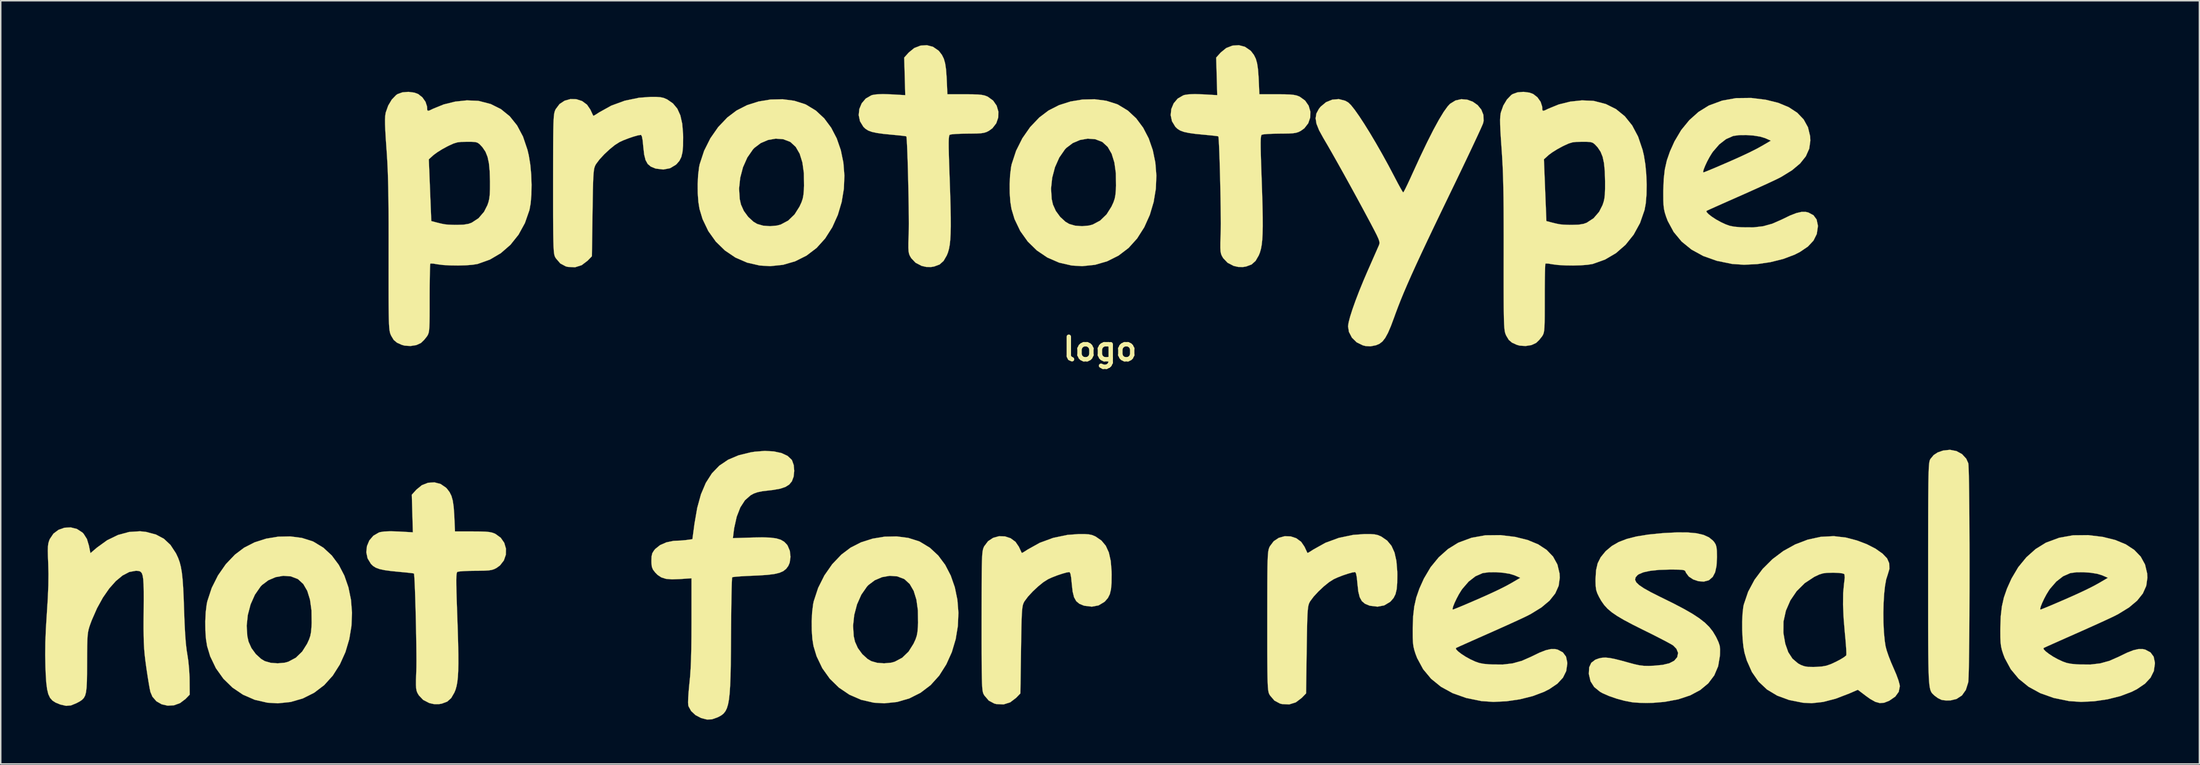
<source format=kicad_pcb>
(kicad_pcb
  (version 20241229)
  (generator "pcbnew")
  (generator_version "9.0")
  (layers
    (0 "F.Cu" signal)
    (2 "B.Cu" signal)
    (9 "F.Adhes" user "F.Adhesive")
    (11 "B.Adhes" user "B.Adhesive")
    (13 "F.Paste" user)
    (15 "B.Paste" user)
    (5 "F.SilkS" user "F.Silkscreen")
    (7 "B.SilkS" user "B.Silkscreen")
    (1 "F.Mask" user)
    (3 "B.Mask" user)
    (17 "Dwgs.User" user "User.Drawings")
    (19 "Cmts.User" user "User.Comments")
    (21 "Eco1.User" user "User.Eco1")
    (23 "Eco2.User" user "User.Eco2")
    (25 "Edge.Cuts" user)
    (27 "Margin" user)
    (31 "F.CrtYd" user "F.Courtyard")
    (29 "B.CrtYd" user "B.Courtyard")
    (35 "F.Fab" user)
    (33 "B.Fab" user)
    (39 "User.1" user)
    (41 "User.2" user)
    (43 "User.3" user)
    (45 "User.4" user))
  (footprint "logo"
    (layer "F.Cu")
    (at 71.28 20.545)
    (property "Reference" "logo" (at 0 0 0) (layer "F.SilkS") (effects (font (size 1.524 1.524) (thickness 0.3))))
    (attr through_hole)
    (fp_poly (pts (xy 57.877 6.893) (xy 58.256 7.1) (xy 58.541 7.411) (xy 58.676 7.71) (xy 58.691 7.847) (xy 58.704 8.138) (xy 58.716 8.567) (xy 58.727 9.119) (xy 58.736 9.779) (xy 58.743 10.532) (xy 58.75 11.361) (xy 58.754 12.251) (xy 58.758 13.188) (xy 58.76 14.155) (xy 58.76 15.138) (xy 58.759 16.12) (xy 58.756 17.087) (xy 58.753 18.023) (xy 58.747 18.912) (xy 58.74 19.74) (xy 58.732 20.49) (xy 58.723 21.148) (xy 58.712 21.697) (xy 58.699 22.124) (xy 58.685 22.411) (xy 58.673 22.531) (xy 58.514 23.037) (xy 58.251 23.41) (xy 57.886 23.649) (xy 57.489 23.746) (xy 57.193 23.753) (xy 56.923 23.723) (xy 56.864 23.708) (xy 56.622 23.591) (xy 56.411 23.436) (xy 56.335 23.367) (xy 56.269 23.304) (xy 56.21 23.236) (xy 56.16 23.152) (xy 56.117 23.042) (xy 56.081 22.895) (xy 56.051 22.7) (xy 56.027 22.447) (xy 56.007 22.125) (xy 55.993 21.723) (xy 55.982 21.231) (xy 55.974 20.638) (xy 55.969 19.934) (xy 55.966 19.107) (xy 55.965 18.147) (xy 55.965 17.044) (xy 55.965 15.786) (xy 55.965 15.223) (xy 55.965 13.917) (xy 55.966 12.77) (xy 55.967 11.772) (xy 55.969 10.91) (xy 55.972 10.175) (xy 55.977 9.556) (xy 55.982 9.043) (xy 55.99 8.624) (xy 55.999 8.29) (xy 56.01 8.029) (xy 56.024 7.83) (xy 56.04 7.684) (xy 56.059 7.579) (xy 56.081 7.505) (xy 56.106 7.451) (xy 56.122 7.425) (xy 56.339 7.163) (xy 56.609 6.986) (xy 56.972 6.86) (xy 57.439 6.808) (xy 57.877 6.893)) (stroke (width 0.01) (type solid)) (fill yes) (layer "F.SilkS"))
    (fp_poly (pts (xy -53.932 12.763) (xy -53.22 12.988) (xy -53.128 13.03) (xy -52.472 13.429) (xy -51.907 13.954) (xy -51.436 14.586) (xy -51.061 15.308) (xy -50.786 16.1) (xy -50.612 16.945) (xy -50.543 17.824) (xy -50.58 18.718) (xy -50.728 19.61) (xy -50.987 20.481) (xy -51.361 21.312) (xy -51.843 22.072) (xy -52.422 22.714) (xy -53.102 23.231) (xy -53.865 23.614) (xy -54.689 23.854) (xy -55.555 23.944) (xy -56.261 23.902) (xy -57.118 23.706) (xy -57.908 23.362) (xy -58.618 22.883) (xy -59.234 22.282) (xy -59.741 21.571) (xy -60.128 20.764) (xy -60.335 20.077) (xy -60.412 19.596) (xy -60.453 19.014) (xy -60.456 18.702) (xy -57.661 18.702) (xy -57.617 19.403) (xy -57.533 19.779) (xy -57.339 20.211) (xy -57.041 20.618) (xy -56.684 20.944) (xy -56.435 21.092) (xy -56.037 21.206) (xy -55.564 21.242) (xy -55.097 21.199) (xy -54.849 21.133) (xy -54.341 20.863) (xy -53.91 20.446) (xy -53.577 19.918) (xy -53.445 19.631) (xy -53.36 19.383) (xy -53.31 19.116) (xy -53.281 18.772) (xy -53.27 18.505) (xy -53.281 17.663) (xy -53.381 16.94) (xy -53.566 16.343) (xy -53.834 15.881) (xy -54.182 15.56) (xy -54.222 15.536) (xy -54.677 15.363) (xy -55.183 15.325) (xy -55.701 15.415) (xy -56.194 15.625) (xy -56.623 15.947) (xy -56.723 16.053) (xy -57.105 16.604) (xy -57.396 17.259) (xy -57.584 17.973) (xy -57.661 18.702) (xy -60.456 18.702) (xy -60.458 18.389) (xy -60.428 17.781) (xy -60.363 17.251) (xy -60.32 17.045) (xy -60.023 16.143) (xy -59.6 15.3) (xy -59.071 14.54) (xy -58.452 13.891) (xy -57.831 13.422) (xy -57.127 13.063) (xy -56.348 12.814) (xy -55.532 12.679) (xy -54.714 12.662) (xy -53.932 12.763)) (stroke (width 0.01) (type solid)) (fill yes) (layer "F.SilkS"))
    (fp_poly (pts (xy -20.658 -16.785) (xy -19.946 -16.56) (xy -19.854 -16.519) (xy -19.198 -16.12) (xy -18.633 -15.595) (xy -18.162 -14.962) (xy -17.787 -14.241) (xy -17.512 -13.448) (xy -17.338 -12.604) (xy -17.269 -11.725) (xy -17.306 -10.83) (xy -17.454 -9.938) (xy -17.713 -9.068) (xy -18.087 -8.236) (xy -18.569 -7.477) (xy -19.148 -6.835) (xy -19.828 -6.318) (xy -20.591 -5.935) (xy -21.415 -5.695) (xy -22.281 -5.605) (xy -22.987 -5.647) (xy -23.844 -5.843) (xy -24.634 -6.186) (xy -25.344 -6.665) (xy -25.96 -7.267) (xy -26.467 -7.977) (xy -26.854 -8.785) (xy -27.061 -9.472) (xy -27.138 -9.952) (xy -27.179 -10.535) (xy -27.182 -10.846) (xy -24.387 -10.846) (xy -24.343 -10.145) (xy -24.259 -9.77) (xy -24.065 -9.337) (xy -23.767 -8.931) (xy -23.41 -8.604) (xy -23.161 -8.457) (xy -22.763 -8.343) (xy -22.29 -8.306) (xy -21.823 -8.35) (xy -21.575 -8.416) (xy -21.067 -8.686) (xy -20.636 -9.103) (xy -20.303 -9.631) (xy -20.171 -9.917) (xy -20.086 -10.165) (xy -20.036 -10.433) (xy -20.007 -10.777) (xy -19.996 -11.044) (xy -20.007 -11.886) (xy -20.107 -12.609) (xy -20.292 -13.205) (xy -20.56 -13.668) (xy -20.908 -13.988) (xy -20.948 -14.012) (xy -21.403 -14.186) (xy -21.909 -14.224) (xy -22.427 -14.134) (xy -22.92 -13.924) (xy -23.349 -13.601) (xy -23.449 -13.496) (xy -23.831 -12.945) (xy -24.122 -12.29) (xy -24.31 -11.576) (xy -24.387 -10.846) (xy -27.182 -10.846) (xy -27.184 -11.16) (xy -27.154 -11.767) (xy -27.089 -12.297) (xy -27.046 -12.503) (xy -26.749 -13.405) (xy -26.326 -14.249) (xy -25.797 -15.008) (xy -25.178 -15.657) (xy -24.557 -16.127) (xy -23.853 -16.486) (xy -23.074 -16.734) (xy -22.258 -16.869) (xy -21.44 -16.887) (xy -20.658 -16.785)) (stroke (width 0.01) (type solid)) (fill yes) (layer "F.SilkS"))
    (fp_poly (pts (xy -12.953 12.763) (xy -12.242 12.988) (xy -12.15 13.03) (xy -11.493 13.429) (xy -10.928 13.954) (xy -10.457 14.586) (xy -10.083 15.308) (xy -9.807 16.1) (xy -9.633 16.945) (xy -9.564 17.824) (xy -9.602 18.718) (xy -9.749 19.61) (xy -10.008 20.481) (xy -10.383 21.312) (xy -10.864 22.072) (xy -11.443 22.714) (xy -12.124 23.231) (xy -12.886 23.614) (xy -13.71 23.854) (xy -14.576 23.944) (xy -15.282 23.902) (xy -16.139 23.706) (xy -16.93 23.362) (xy -17.639 22.883) (xy -18.255 22.282) (xy -18.763 21.571) (xy -19.149 20.764) (xy -19.357 20.077) (xy -19.434 19.596) (xy -19.474 19.014) (xy -19.477 18.702) (xy -16.683 18.702) (xy -16.639 19.403) (xy -16.554 19.779) (xy -16.36 20.211) (xy -16.062 20.618) (xy -15.705 20.944) (xy -15.456 21.092) (xy -15.058 21.206) (xy -14.586 21.242) (xy -14.118 21.199) (xy -13.871 21.133) (xy -13.362 20.863) (xy -12.931 20.446) (xy -12.599 19.918) (xy -12.466 19.631) (xy -12.381 19.383) (xy -12.331 19.116) (xy -12.303 18.772) (xy -12.291 18.505) (xy -12.303 17.663) (xy -12.402 16.94) (xy -12.587 16.343) (xy -12.855 15.881) (xy -13.203 15.56) (xy -13.243 15.536) (xy -13.698 15.363) (xy -14.204 15.325) (xy -14.723 15.415) (xy -15.216 15.625) (xy -15.644 15.947) (xy -15.744 16.053) (xy -16.127 16.604) (xy -16.417 17.259) (xy -16.605 17.973) (xy -16.683 18.702) (xy -19.477 18.702) (xy -19.48 18.389) (xy -19.449 17.781) (xy -19.384 17.251) (xy -19.341 17.045) (xy -19.044 16.143) (xy -18.622 15.3) (xy -18.092 14.54) (xy -17.473 13.891) (xy -16.853 13.422) (xy -16.148 13.063) (xy -15.369 12.814) (xy -14.553 12.679) (xy -13.736 12.662) (xy -12.953 12.763)) (stroke (width 0.01) (type solid)) (fill yes) (layer "F.SilkS"))
    (fp_poly (pts (xy 0.424 -16.785) (xy 1.136 -16.56) (xy 1.228 -16.519) (xy 1.884 -16.12) (xy 2.449 -15.595) (xy 2.92 -14.962) (xy 3.295 -14.241) (xy 3.57 -13.448) (xy 3.744 -12.604) (xy 3.813 -11.725) (xy 3.776 -10.83) (xy 3.628 -9.938) (xy 3.369 -9.068) (xy 2.995 -8.236) (xy 2.513 -7.477) (xy 1.934 -6.835) (xy 1.254 -6.318) (xy 0.491 -5.935) (xy -0.333 -5.695) (xy -1.199 -5.605) (xy -1.905 -5.647) (xy -2.762 -5.843) (xy -3.552 -6.186) (xy -4.262 -6.665) (xy -4.878 -7.267) (xy -5.385 -7.977) (xy -5.772 -8.785) (xy -5.979 -9.472) (xy -6.056 -9.952) (xy -6.097 -10.535) (xy -6.1 -10.846) (xy -3.305 -10.846) (xy -3.261 -10.145) (xy -3.177 -9.77) (xy -2.983 -9.337) (xy -2.685 -8.931) (xy -2.328 -8.604) (xy -2.079 -8.457) (xy -1.681 -8.343) (xy -1.208 -8.306) (xy -0.741 -8.35) (xy -0.493 -8.416) (xy 0.015 -8.686) (xy 0.446 -9.103) (xy 0.779 -9.631) (xy 0.911 -9.917) (xy 0.996 -10.165) (xy 1.046 -10.433) (xy 1.075 -10.777) (xy 1.086 -11.044) (xy 1.075 -11.886) (xy 0.975 -12.609) (xy 0.79 -13.205) (xy 0.522 -13.668) (xy 0.174 -13.988) (xy 0.134 -14.012) (xy -0.321 -14.186) (xy -0.827 -14.224) (xy -1.345 -14.134) (xy -1.838 -13.924) (xy -2.267 -13.601) (xy -2.367 -13.496) (xy -2.749 -12.945) (xy -3.04 -12.29) (xy -3.228 -11.576) (xy -3.305 -10.846) (xy -6.1 -10.846) (xy -6.102 -11.16) (xy -6.072 -11.767) (xy -6.007 -12.297) (xy -5.964 -12.503) (xy -5.667 -13.405) (xy -5.244 -14.249) (xy -4.715 -15.008) (xy -4.096 -15.657) (xy -3.475 -16.127) (xy -2.771 -16.486) (xy -1.992 -16.734) (xy -1.176 -16.869) (xy -0.358 -16.887) (xy 0.424 -16.785)) (stroke (width 0.01) (type solid)) (fill yes) (layer "F.SilkS"))
    (fp_poly (pts (xy -29.703 -17.025) (xy -29.486 -16.978) (xy -29.289 -16.896) (xy -29.236 -16.869) (xy -28.853 -16.603) (xy -28.561 -16.252) (xy -28.355 -15.799) (xy -28.227 -15.226) (xy -28.169 -14.517) (xy -28.165 -14.309) (xy -28.172 -13.741) (xy -28.21 -13.31) (xy -28.289 -12.982) (xy -28.417 -12.726) (xy -28.603 -12.51) (xy -28.661 -12.456) (xy -29.048 -12.225) (xy -29.505 -12.137) (xy -30.004 -12.198) (xy -30.056 -12.213) (xy -30.349 -12.334) (xy -30.561 -12.512) (xy -30.707 -12.776) (xy -30.801 -13.152) (xy -30.859 -13.669) (xy -30.859 -13.671) (xy -30.901 -14.101) (xy -30.951 -14.367) (xy -31.01 -14.475) (xy -31.023 -14.478) (xy -31.218 -14.446) (xy -31.515 -14.363) (xy -31.862 -14.245) (xy -32.205 -14.112) (xy -32.467 -13.992) (xy -32.778 -13.794) (xy -33.136 -13.504) (xy -33.497 -13.166) (xy -33.816 -12.821) (xy -34.047 -12.513) (xy -34.087 -12.446) (xy -34.13 -12.354) (xy -34.166 -12.243) (xy -34.194 -12.095) (xy -34.217 -11.891) (xy -34.236 -11.613) (xy -34.251 -11.243) (xy -34.264 -10.762) (xy -34.275 -10.152) (xy -34.287 -9.394) (xy -34.29 -9.212) (xy -34.332 -6.274) (xy -34.625 -5.973) (xy -35.023 -5.671) (xy -35.469 -5.53) (xy -35.955 -5.554) (xy -36.098 -5.59) (xy -36.469 -5.788) (xy -36.768 -6.137) (xy -36.818 -6.223) (xy -36.848 -6.291) (xy -36.873 -6.387) (xy -36.895 -6.523) (xy -36.912 -6.714) (xy -36.926 -6.972) (xy -36.936 -7.312) (xy -36.944 -7.747) (xy -36.949 -8.29) (xy -36.953 -8.956) (xy -36.954 -9.759) (xy -36.954 -10.711) (xy -36.954 -11.178) (xy -36.953 -12.19) (xy -36.952 -13.047) (xy -36.95 -13.763) (xy -36.946 -14.352) (xy -36.94 -14.828) (xy -36.931 -15.205) (xy -36.919 -15.497) (xy -36.904 -15.718) (xy -36.885 -15.883) (xy -36.861 -16.005) (xy -36.832 -16.099) (xy -36.798 -16.179) (xy -36.78 -16.215) (xy -36.52 -16.562) (xy -36.176 -16.789) (xy -35.784 -16.898) (xy -35.377 -16.889) (xy -34.992 -16.763) (xy -34.662 -16.519) (xy -34.437 -16.189) (xy -34.33 -15.959) (xy -34.257 -15.803) (xy -34.238 -15.765) (xy -34.168 -15.794) (xy -34 -15.895) (xy -33.841 -16) (xy -33.023 -16.455) (xy -32.114 -16.788) (xy -31.15 -16.988) (xy -30.395 -17.044) (xy -29.989 -17.045) (xy -29.703 -17.025)) (stroke (width 0.01) (type solid)) (fill yes) (layer "F.SilkS"))
    (fp_poly (pts (xy -0.747 12.524) (xy -0.53 12.571) (xy -0.333 12.652) (xy -0.28 12.68) (xy 0.103 12.945) (xy 0.395 13.297) (xy 0.601 13.75) (xy 0.729 14.322) (xy 0.787 15.031) (xy 0.791 15.24) (xy 0.784 15.807) (xy 0.746 16.239) (xy 0.667 16.567) (xy 0.539 16.823) (xy 0.353 17.039) (xy 0.295 17.093) (xy -0.092 17.324) (xy -0.549 17.411) (xy -1.048 17.35) (xy -1.1 17.336) (xy -1.393 17.215) (xy -1.605 17.037) (xy -1.751 16.773) (xy -1.845 16.396) (xy -1.903 15.879) (xy -1.903 15.878) (xy -1.945 15.447) (xy -1.995 15.181) (xy -2.054 15.074) (xy -2.067 15.071) (xy -2.262 15.102) (xy -2.559 15.186) (xy -2.906 15.303) (xy -3.249 15.437) (xy -3.511 15.557) (xy -3.822 15.755) (xy -4.18 16.044) (xy -4.541 16.383) (xy -4.86 16.728) (xy -5.091 17.036) (xy -5.131 17.103) (xy -5.174 17.195) (xy -5.21 17.305) (xy -5.238 17.453) (xy -5.261 17.657) (xy -5.28 17.936) (xy -5.295 18.306) (xy -5.308 18.787) (xy -5.319 19.397) (xy -5.331 20.154) (xy -5.334 20.337) (xy -5.376 23.274) (xy -5.669 23.576) (xy -6.067 23.878) (xy -6.513 24.018) (xy -6.999 23.995) (xy -7.142 23.958) (xy -7.513 23.761) (xy -7.812 23.412) (xy -7.862 23.326) (xy -7.892 23.257) (xy -7.917 23.162) (xy -7.939 23.025) (xy -7.956 22.835) (xy -7.97 22.577) (xy -7.98 22.237) (xy -7.988 21.802) (xy -7.993 21.258) (xy -7.997 20.592) (xy -7.998 19.79) (xy -7.998 18.838) (xy -7.998 18.371) (xy -7.997 17.359) (xy -7.996 16.502) (xy -7.994 15.786) (xy -7.99 15.197) (xy -7.984 14.721) (xy -7.975 14.344) (xy -7.963 14.052) (xy -7.948 13.83) (xy -7.929 13.666) (xy -7.905 13.543) (xy -7.876 13.449) (xy -7.842 13.37) (xy -7.824 13.333) (xy -7.564 12.987) (xy -7.22 12.759) (xy -6.828 12.65) (xy -6.421 12.659) (xy -6.036 12.786) (xy -5.706 13.03) (xy -5.481 13.36) (xy -5.374 13.589) (xy -5.301 13.745) (xy -5.282 13.783) (xy -5.212 13.754) (xy -5.044 13.653) (xy -4.885 13.549) (xy -4.067 13.093) (xy -3.158 12.76) (xy -2.194 12.56) (xy -1.439 12.504) (xy -1.033 12.504) (xy -0.747 12.524)) (stroke (width 0.01) (type solid)) (fill yes) (layer "F.SilkS"))
    (fp_poly (pts (xy 18.557 12.524) (xy 18.774 12.571) (xy 18.971 12.652) (xy 19.024 12.68) (xy 19.407 12.945) (xy 19.699 13.297) (xy 19.905 13.75) (xy 20.033 14.322) (xy 20.091 15.031) (xy 20.095 15.24) (xy 20.088 15.807) (xy 20.05 16.239) (xy 19.971 16.567) (xy 19.843 16.823) (xy 19.657 17.039) (xy 19.599 17.093) (xy 19.212 17.324) (xy 18.755 17.411) (xy 18.256 17.35) (xy 18.204 17.336) (xy 17.911 17.215) (xy 17.699 17.037) (xy 17.553 16.773) (xy 17.459 16.396) (xy 17.401 15.879) (xy 17.401 15.878) (xy 17.359 15.447) (xy 17.309 15.181) (xy 17.25 15.074) (xy 17.237 15.071) (xy 17.042 15.102) (xy 16.745 15.186) (xy 16.398 15.303) (xy 16.055 15.437) (xy 15.793 15.557) (xy 15.482 15.755) (xy 15.124 16.044) (xy 14.763 16.383) (xy 14.444 16.728) (xy 14.213 17.036) (xy 14.173 17.103) (xy 14.13 17.195) (xy 14.094 17.305) (xy 14.066 17.453) (xy 14.043 17.657) (xy 14.024 17.936) (xy 14.009 18.306) (xy 13.996 18.787) (xy 13.985 19.397) (xy 13.973 20.154) (xy 13.97 20.337) (xy 13.928 23.274) (xy 13.635 23.576) (xy 13.237 23.878) (xy 12.791 24.018) (xy 12.305 23.995) (xy 12.162 23.958) (xy 11.791 23.761) (xy 11.492 23.412) (xy 11.442 23.326) (xy 11.412 23.257) (xy 11.387 23.162) (xy 11.365 23.025) (xy 11.348 22.835) (xy 11.334 22.577) (xy 11.324 22.237) (xy 11.316 21.802) (xy 11.311 21.258) (xy 11.307 20.592) (xy 11.306 19.79) (xy 11.306 18.838) (xy 11.306 18.371) (xy 11.307 17.359) (xy 11.308 16.502) (xy 11.31 15.786) (xy 11.314 15.197) (xy 11.32 14.721) (xy 11.329 14.344) (xy 11.341 14.052) (xy 11.356 13.83) (xy 11.375 13.666) (xy 11.399 13.543) (xy 11.428 13.449) (xy 11.462 13.37) (xy 11.48 13.333) (xy 11.74 12.987) (xy 12.084 12.759) (xy 12.476 12.65) (xy 12.883 12.659) (xy 13.268 12.786) (xy 13.598 13.03) (xy 13.823 13.36) (xy 13.93 13.589) (xy 14.003 13.745) (xy 14.022 13.783) (xy 14.092 13.754) (xy 14.26 13.653) (xy 14.419 13.549) (xy 15.237 13.093) (xy 16.146 12.76) (xy 17.11 12.56) (xy 17.865 12.504) (xy 18.271 12.504) (xy 18.557 12.524)) (stroke (width 0.01) (type solid)) (fill yes) (layer "F.SilkS"))
    (fp_poly (pts (xy -44.553 9.12) (xy -44.189 9.37) (xy -44.124 9.439) (xy -43.95 9.669) (xy -43.823 9.925) (xy -43.734 10.241) (xy -43.674 10.65) (xy -43.635 11.187) (xy -43.627 11.348) (xy -43.584 12.324) (xy -42.387 12.325) (xy -41.888 12.329) (xy -41.524 12.341) (xy -41.261 12.366) (xy -41.063 12.408) (xy -40.898 12.47) (xy -40.853 12.492) (xy -40.493 12.752) (xy -40.254 13.096) (xy -40.139 13.49) (xy -40.147 13.899) (xy -40.281 14.288) (xy -40.541 14.623) (xy -40.776 14.794) (xy -40.931 14.873) (xy -41.094 14.927) (xy -41.301 14.96) (xy -41.59 14.978) (xy -41.997 14.985) (xy -42.206 14.986) (xy -42.629 14.992) (xy -42.995 15.008) (xy -43.268 15.03) (xy -43.414 15.057) (xy -43.422 15.061) (xy -43.453 15.104) (xy -43.475 15.199) (xy -43.49 15.362) (xy -43.496 15.608) (xy -43.494 15.955) (xy -43.484 16.419) (xy -43.466 17.014) (xy -43.44 17.758) (xy -43.431 18.004) (xy -43.396 19.03) (xy -43.371 19.903) (xy -43.357 20.638) (xy -43.355 21.25) (xy -43.366 21.755) (xy -43.389 22.169) (xy -43.426 22.506) (xy -43.478 22.784) (xy -43.543 23.016) (xy -43.623 23.214) (xy -43.84 23.589) (xy -44.108 23.828) (xy -44.469 23.964) (xy -44.674 24.001) (xy -45.002 23.998) (xy -45.323 23.926) (xy -45.734 23.713) (xy -46.027 23.404) (xy -46.122 23.243) (xy -46.174 23.112) (xy -46.207 22.942) (xy -46.221 22.701) (xy -46.22 22.359) (xy -46.203 21.886) (xy -46.198 21.761) (xy -46.191 21.471) (xy -46.188 21.063) (xy -46.191 20.561) (xy -46.197 19.986) (xy -46.207 19.361) (xy -46.22 18.709) (xy -46.235 18.051) (xy -46.252 17.41) (xy -46.27 16.808) (xy -46.289 16.267) (xy -46.308 15.811) (xy -46.327 15.461) (xy -46.344 15.24) (xy -46.358 15.17) (xy -46.447 15.152) (xy -46.669 15.125) (xy -46.989 15.091) (xy -47.3 15.063) (xy -47.895 15.004) (xy -48.348 14.942) (xy -48.685 14.869) (xy -48.935 14.776) (xy -49.123 14.658) (xy -49.263 14.522) (xy -49.49 14.149) (xy -49.577 13.736) (xy -49.534 13.32) (xy -49.373 12.935) (xy -49.102 12.617) (xy -48.732 12.402) (xy -48.636 12.371) (xy -48.357 12.329) (xy -47.943 12.314) (xy -47.426 12.329) (xy -47.366 12.332) (xy -46.43 12.385) (xy -46.502 9.844) (xy -46.193 9.502) (xy -45.824 9.201) (xy -45.404 9.036) (xy -44.969 9.009) (xy -44.553 9.12)) (stroke (width 0.01) (type solid)) (fill yes) (layer "F.SilkS"))
    (fp_poly (pts (xy -11.279 -20.429) (xy -10.915 -20.179) (xy -10.85 -20.109) (xy -10.676 -19.88) (xy -10.549 -19.624) (xy -10.46 -19.308) (xy -10.4 -18.898) (xy -10.361 -18.362) (xy -10.353 -18.201) (xy -10.31 -17.224) (xy -9.113 -17.224) (xy -8.614 -17.22) (xy -8.25 -17.208) (xy -7.987 -17.182) (xy -7.789 -17.14) (xy -7.624 -17.078) (xy -7.579 -17.057) (xy -7.219 -16.797) (xy -6.98 -16.452) (xy -6.865 -16.059) (xy -6.873 -15.65) (xy -7.007 -15.261) (xy -7.267 -14.926) (xy -7.502 -14.755) (xy -7.657 -14.675) (xy -7.82 -14.622) (xy -8.027 -14.588) (xy -8.316 -14.571) (xy -8.723 -14.564) (xy -8.932 -14.563) (xy -9.355 -14.556) (xy -9.721 -14.541) (xy -9.994 -14.518) (xy -10.14 -14.491) (xy -10.148 -14.487) (xy -10.179 -14.445) (xy -10.201 -14.35) (xy -10.216 -14.187) (xy -10.222 -13.94) (xy -10.22 -13.593) (xy -10.21 -13.13) (xy -10.192 -12.534) (xy -10.166 -11.79) (xy -10.157 -11.545) (xy -10.122 -10.519) (xy -10.097 -9.646) (xy -10.083 -8.911) (xy -10.081 -8.299) (xy -10.092 -7.794) (xy -10.115 -7.38) (xy -10.152 -7.042) (xy -10.204 -6.765) (xy -10.269 -6.533) (xy -10.349 -6.334) (xy -10.566 -5.959) (xy -10.834 -5.72) (xy -11.195 -5.584) (xy -11.4 -5.548) (xy -11.728 -5.55) (xy -12.049 -5.622) (xy -12.46 -5.836) (xy -12.753 -6.145) (xy -12.848 -6.306) (xy -12.9 -6.436) (xy -12.933 -6.607) (xy -12.947 -6.847) (xy -12.946 -7.189) (xy -12.929 -7.663) (xy -12.924 -7.788) (xy -12.917 -8.078) (xy -12.914 -8.485) (xy -12.917 -8.988) (xy -12.923 -9.562) (xy -12.933 -10.187) (xy -12.946 -10.84) (xy -12.961 -11.498) (xy -12.978 -12.139) (xy -12.996 -12.741) (xy -13.015 -13.281) (xy -13.034 -13.738) (xy -13.053 -14.087) (xy -13.07 -14.309) (xy -13.084 -14.378) (xy -13.173 -14.396) (xy -13.395 -14.424) (xy -13.715 -14.457) (xy -14.026 -14.486) (xy -14.621 -14.544) (xy -15.074 -14.607) (xy -15.411 -14.68) (xy -15.661 -14.772) (xy -15.849 -14.891) (xy -15.989 -15.026) (xy -16.216 -15.4) (xy -16.303 -15.813) (xy -16.26 -16.229) (xy -16.099 -16.614) (xy -15.828 -16.932) (xy -15.458 -17.147) (xy -15.362 -17.178) (xy -15.083 -17.22) (xy -14.669 -17.234) (xy -14.152 -17.22) (xy -14.092 -17.217) (xy -13.156 -17.163) (xy -13.228 -19.704) (xy -12.919 -20.047) (xy -12.55 -20.348) (xy -12.13 -20.512) (xy -11.695 -20.54) (xy -11.279 -20.429)) (stroke (width 0.01) (type solid)) (fill yes) (layer "F.SilkS"))
    (fp_poly (pts (xy 9.803 -20.429) (xy 10.167 -20.179) (xy 10.232 -20.109) (xy 10.406 -19.88) (xy 10.533 -19.624) (xy 10.622 -19.308) (xy 10.682 -18.898) (xy 10.721 -18.362) (xy 10.729 -18.201) (xy 10.772 -17.224) (xy 11.969 -17.224) (xy 12.468 -17.22) (xy 12.832 -17.208) (xy 13.095 -17.182) (xy 13.293 -17.14) (xy 13.458 -17.078) (xy 13.503 -17.057) (xy 13.863 -16.797) (xy 14.102 -16.452) (xy 14.217 -16.059) (xy 14.209 -15.65) (xy 14.075 -15.261) (xy 13.815 -14.926) (xy 13.58 -14.755) (xy 13.425 -14.675) (xy 13.262 -14.622) (xy 13.055 -14.588) (xy 12.766 -14.571) (xy 12.359 -14.564) (xy 12.15 -14.563) (xy 11.727 -14.556) (xy 11.361 -14.541) (xy 11.088 -14.518) (xy 10.942 -14.491) (xy 10.934 -14.487) (xy 10.903 -14.445) (xy 10.881 -14.35) (xy 10.866 -14.187) (xy 10.86 -13.94) (xy 10.862 -13.593) (xy 10.872 -13.13) (xy 10.89 -12.534) (xy 10.916 -11.79) (xy 10.925 -11.545) (xy 10.96 -10.519) (xy 10.985 -9.646) (xy 10.999 -8.911) (xy 11.001 -8.299) (xy 10.99 -7.794) (xy 10.967 -7.38) (xy 10.93 -7.042) (xy 10.878 -6.765) (xy 10.813 -6.533) (xy 10.733 -6.334) (xy 10.516 -5.959) (xy 10.248 -5.72) (xy 9.887 -5.584) (xy 9.682 -5.548) (xy 9.354 -5.55) (xy 9.033 -5.622) (xy 8.622 -5.836) (xy 8.329 -6.145) (xy 8.234 -6.306) (xy 8.182 -6.436) (xy 8.149 -6.607) (xy 8.135 -6.847) (xy 8.136 -7.189) (xy 8.153 -7.663) (xy 8.158 -7.788) (xy 8.165 -8.078) (xy 8.168 -8.485) (xy 8.165 -8.988) (xy 8.159 -9.562) (xy 8.149 -10.187) (xy 8.136 -10.84) (xy 8.121 -11.498) (xy 8.104 -12.139) (xy 8.086 -12.741) (xy 8.067 -13.281) (xy 8.048 -13.738) (xy 8.029 -14.087) (xy 8.012 -14.309) (xy 7.998 -14.378) (xy 7.909 -14.396) (xy 7.687 -14.424) (xy 7.367 -14.457) (xy 7.056 -14.486) (xy 6.461 -14.544) (xy 6.008 -14.607) (xy 5.671 -14.68) (xy 5.421 -14.772) (xy 5.233 -14.891) (xy 5.093 -15.026) (xy 4.866 -15.4) (xy 4.779 -15.813) (xy 4.822 -16.229) (xy 4.983 -16.614) (xy 5.254 -16.932) (xy 5.624 -17.147) (xy 5.72 -17.178) (xy 5.999 -17.22) (xy 6.413 -17.234) (xy 6.93 -17.22) (xy 6.99 -17.217) (xy 7.926 -17.163) (xy 7.854 -19.704) (xy 8.163 -20.047) (xy 8.532 -20.348) (xy 8.952 -20.512) (xy 9.387 -20.54) (xy 9.803 -20.429)) (stroke (width 0.01) (type solid)) (fill yes) (layer "F.SilkS"))
    (fp_poly (pts (xy 16.571 -16.787) (xy 16.782 -16.667) (xy 16.964 -16.49) (xy 17.211 -16.179) (xy 17.514 -15.75) (xy 17.861 -15.22) (xy 18.242 -14.607) (xy 18.646 -13.927) (xy 19.064 -13.196) (xy 19.485 -12.432) (xy 19.897 -11.652) (xy 19.939 -11.571) (xy 20.131 -11.205) (xy 20.298 -10.9) (xy 20.422 -10.685) (xy 20.489 -10.588) (xy 20.495 -10.585) (xy 20.543 -10.657) (xy 20.648 -10.86) (xy 20.797 -11.166) (xy 20.976 -11.551) (xy 21.123 -11.874) (xy 21.641 -13.004) (xy 22.112 -13.987) (xy 22.534 -14.821) (xy 22.907 -15.504) (xy 23.228 -16.033) (xy 23.497 -16.406) (xy 23.659 -16.579) (xy 24.024 -16.804) (xy 24.42 -16.892) (xy 24.82 -16.858) (xy 25.196 -16.719) (xy 25.522 -16.49) (xy 25.77 -16.187) (xy 25.914 -15.826) (xy 25.926 -15.421) (xy 25.896 -15.277) (xy 25.844 -15.146) (xy 25.725 -14.877) (xy 25.546 -14.486) (xy 25.313 -13.988) (xy 25.035 -13.396) (xy 24.717 -12.727) (xy 24.367 -11.995) (xy 23.992 -11.215) (xy 23.735 -10.684) (xy 23.131 -9.432) (xy 22.596 -8.319) (xy 22.126 -7.332) (xy 21.714 -6.456) (xy 21.354 -5.679) (xy 21.041 -4.989) (xy 20.768 -4.371) (xy 20.529 -3.813) (xy 20.319 -3.302) (xy 20.132 -2.824) (xy 19.961 -2.367) (xy 19.888 -2.163) (xy 19.662 -1.556) (xy 19.463 -1.093) (xy 19.276 -0.752) (xy 19.089 -0.514) (xy 18.888 -0.358) (xy 18.66 -0.262) (xy 18.641 -0.257) (xy 18.279 -0.185) (xy 17.962 -0.203) (xy 17.762 -0.253) (xy 17.348 -0.456) (xy 17.026 -0.771) (xy 16.824 -1.162) (xy 16.765 -1.537) (xy 16.801 -1.794) (xy 16.902 -2.183) (xy 17.061 -2.683) (xy 17.27 -3.272) (xy 17.522 -3.929) (xy 17.81 -4.634) (xy 18.074 -5.249) (xy 18.287 -5.732) (xy 18.482 -6.177) (xy 18.649 -6.556) (xy 18.773 -6.838) (xy 18.841 -6.993) (xy 18.877 -7.087) (xy 18.891 -7.182) (xy 18.873 -7.3) (xy 18.815 -7.465) (xy 18.709 -7.699) (xy 18.544 -8.023) (xy 18.314 -8.462) (xy 18.149 -8.771) (xy 17.756 -9.504) (xy 17.337 -10.277) (xy 16.907 -11.062) (xy 16.481 -11.833) (xy 16.073 -12.563) (xy 15.699 -13.225) (xy 15.374 -13.792) (xy 15.112 -14.238) (xy 15.102 -14.254) (xy 14.808 -14.788) (xy 14.632 -15.228) (xy 14.572 -15.598) (xy 14.626 -15.924) (xy 14.792 -16.232) (xy 14.913 -16.384) (xy 15.279 -16.689) (xy 15.702 -16.861) (xy 16.145 -16.896) (xy 16.571 -16.787)) (stroke (width 0.01) (type solid)) (fill yes) (layer "F.SilkS"))
    (fp_poly (pts (xy 50.419 12.742) (xy 51.148 12.934) (xy 51.821 13.189) (xy 52.409 13.491) (xy 52.883 13.826) (xy 53.192 14.149) (xy 53.335 14.477) (xy 53.347 14.866) (xy 53.229 15.261) (xy 53.13 15.567) (xy 53.051 16.009) (xy 52.992 16.555) (xy 52.955 17.173) (xy 52.939 17.83) (xy 52.946 18.495) (xy 52.977 19.136) (xy 53.033 19.72) (xy 53.09 20.09) (xy 53.163 20.367) (xy 53.291 20.743) (xy 53.456 21.166) (xy 53.614 21.53) (xy 53.814 21.995) (xy 53.959 22.391) (xy 54.039 22.688) (xy 54.052 22.793) (xy 53.978 23.166) (xy 53.746 23.487) (xy 53.353 23.759) (xy 53.314 23.779) (xy 52.994 23.904) (xy 52.7 23.928) (xy 52.394 23.844) (xy 52.039 23.643) (xy 51.767 23.448) (xy 51.213 23.028) (xy 50.646 23.275) (xy 49.716 23.632) (xy 48.87 23.851) (xy 48.097 23.936) (xy 47.498 23.905) (xy 46.565 23.719) (xy 45.759 23.422) (xy 45.075 23.011) (xy 44.509 22.48) (xy 44.056 21.827) (xy 43.71 21.047) (xy 43.557 20.532) (xy 43.481 20.115) (xy 43.429 19.592) (xy 43.409 19.171) (xy 46.183 19.171) (xy 46.188 19.213) (xy 46.312 19.922) (xy 46.513 20.489) (xy 46.798 20.926) (xy 47.173 21.246) (xy 47.37 21.353) (xy 47.6 21.438) (xy 47.86 21.481) (xy 48.206 21.488) (xy 48.403 21.482) (xy 48.793 21.454) (xy 49.1 21.397) (xy 49.402 21.291) (xy 49.742 21.132) (xy 50.043 20.973) (xy 50.28 20.827) (xy 50.417 20.719) (xy 50.433 20.695) (xy 50.44 20.573) (xy 50.431 20.315) (xy 50.406 19.952) (xy 50.369 19.516) (xy 50.342 19.242) (xy 50.254 18.196) (xy 50.214 17.275) (xy 50.223 16.49) (xy 50.281 15.855) (xy 50.291 15.793) (xy 50.331 15.443) (xy 50.311 15.242) (xy 50.286 15.2) (xy 50.165 15.16) (xy 49.921 15.13) (xy 49.601 15.116) (xy 49.504 15.116) (xy 49.129 15.125) (xy 48.852 15.161) (xy 48.604 15.239) (xy 48.313 15.376) (xy 48.264 15.4) (xy 47.624 15.822) (xy 47.082 16.36) (xy 46.654 16.989) (xy 46.352 17.684) (xy 46.19 18.42) (xy 46.183 19.171) (xy 43.409 19.171) (xy 43.401 19.013) (xy 43.399 18.426) (xy 43.423 17.883) (xy 43.473 17.434) (xy 43.506 17.272) (xy 43.802 16.4) (xy 44.235 15.59) (xy 44.787 14.854) (xy 45.441 14.203) (xy 46.177 13.649) (xy 46.979 13.205) (xy 47.827 12.881) (xy 48.705 12.69) (xy 49.593 12.644) (xy 50.419 12.742)) (stroke (width 0.01) (type solid)) (fill yes) (layer "F.SilkS"))
    (fp_poly (pts (xy 27.093 12.577) (xy 28.058 12.695) (xy 28.898 12.903) (xy 29.608 13.196) (xy 30.184 13.573) (xy 30.62 14.028) (xy 30.913 14.56) (xy 31.057 15.164) (xy 31.073 15.454) (xy 30.997 16.003) (xy 30.766 16.519) (xy 30.379 17.005) (xy 29.83 17.465) (xy 29.117 17.903) (xy 28.871 18.031) (xy 28.618 18.153) (xy 28.239 18.33) (xy 27.762 18.548) (xy 27.219 18.793) (xy 26.636 19.054) (xy 26.162 19.264) (xy 25.611 19.508) (xy 25.112 19.73) (xy 24.687 19.92) (xy 24.354 20.069) (xy 24.136 20.168) (xy 24.052 20.208) (xy 24.064 20.29) (xy 24.195 20.429) (xy 24.417 20.602) (xy 24.701 20.788) (xy 25.016 20.962) (xy 25.036 20.972) (xy 25.358 21.121) (xy 25.629 21.216) (xy 25.916 21.273) (xy 26.282 21.307) (xy 26.465 21.317) (xy 27.225 21.323) (xy 27.887 21.244) (xy 28.506 21.072) (xy 29.138 20.794) (xy 29.166 20.779) (xy 29.702 20.52) (xy 30.13 20.354) (xy 30.474 20.276) (xy 30.764 20.276) (xy 30.938 20.318) (xy 31.283 20.502) (xy 31.495 20.788) (xy 31.579 21.184) (xy 31.581 21.266) (xy 31.507 21.766) (xy 31.285 22.215) (xy 30.907 22.619) (xy 30.371 22.983) (xy 30.001 23.171) (xy 29.237 23.458) (xy 28.376 23.673) (xy 27.473 23.805) (xy 26.587 23.848) (xy 25.779 23.793) (xy 24.747 23.582) (xy 23.833 23.258) (xy 23.042 22.824) (xy 22.375 22.282) (xy 21.838 21.636) (xy 21.434 20.888) (xy 21.322 20.597) (xy 21.241 20.34) (xy 21.185 20.1) (xy 21.152 19.834) (xy 21.136 19.501) (xy 21.134 19.058) (xy 21.135 18.838) (xy 21.163 18.063) (xy 21.22 17.563) (xy 23.825 17.563) (xy 23.843 17.611) (xy 23.933 17.58) (xy 24.145 17.495) (xy 24.444 17.372) (xy 24.706 17.262) (xy 25.595 16.879) (xy 26.339 16.547) (xy 26.953 16.259) (xy 27.451 16.008) (xy 27.813 15.808) (xy 28.405 15.462) (xy 28.024 15.294) (xy 27.681 15.189) (xy 27.234 15.117) (xy 26.744 15.082) (xy 26.276 15.087) (xy 25.891 15.138) (xy 25.848 15.148) (xy 25.375 15.357) (xy 24.916 15.714) (xy 24.495 16.2) (xy 24.416 16.313) (xy 24.253 16.578) (xy 24.097 16.872) (xy 23.962 17.158) (xy 23.866 17.401) (xy 23.825 17.563) (xy 21.22 17.563) (xy 21.239 17.399) (xy 21.376 16.792) (xy 21.586 16.188) (xy 21.881 15.532) (xy 21.896 15.502) (xy 22.344 14.744) (xy 22.893 14.074) (xy 23.517 13.517) (xy 24.19 13.1) (xy 24.233 13.079) (xy 25.114 12.753) (xy 26.055 12.585) (xy 27.058 12.575) (xy 27.093 12.577)) (stroke (width 0.01) (type solid)) (fill yes) (layer "F.SilkS"))
    (fp_poly (pts (xy 44.027 -16.972) (xy 44.991 -16.853) (xy 45.831 -16.646) (xy 46.541 -16.352) (xy 47.117 -15.976) (xy 47.554 -15.52) (xy 47.846 -14.989) (xy 47.991 -14.385) (xy 48.006 -14.094) (xy 47.93 -13.545) (xy 47.7 -13.03) (xy 47.312 -12.544) (xy 46.763 -12.084) (xy 46.05 -11.645) (xy 45.805 -11.518) (xy 45.551 -11.396) (xy 45.172 -11.219) (xy 44.696 -11.001) (xy 44.152 -10.755) (xy 43.57 -10.494) (xy 43.095 -10.284) (xy 42.544 -10.04) (xy 42.046 -9.819) (xy 41.62 -9.629) (xy 41.288 -9.48) (xy 41.069 -9.381) (xy 40.985 -9.34) (xy 40.997 -9.259) (xy 41.128 -9.12) (xy 41.35 -8.946) (xy 41.634 -8.761) (xy 41.95 -8.587) (xy 41.969 -8.577) (xy 42.291 -8.427) (xy 42.563 -8.332) (xy 42.849 -8.275) (xy 43.215 -8.242) (xy 43.398 -8.231) (xy 44.158 -8.226) (xy 44.82 -8.304) (xy 45.439 -8.477) (xy 46.071 -8.755) (xy 46.1 -8.769) (xy 46.636 -9.029) (xy 47.063 -9.194) (xy 47.408 -9.273) (xy 47.697 -9.272) (xy 47.872 -9.231) (xy 48.216 -9.047) (xy 48.428 -8.76) (xy 48.512 -8.365) (xy 48.514 -8.283) (xy 48.441 -7.782) (xy 48.218 -7.333) (xy 47.841 -6.93) (xy 47.304 -6.566) (xy 46.934 -6.378) (xy 46.171 -6.091) (xy 45.309 -5.876) (xy 44.407 -5.743) (xy 43.521 -5.7) (xy 42.712 -5.755) (xy 41.68 -5.967) (xy 40.767 -6.291) (xy 39.975 -6.725) (xy 39.309 -7.266) (xy 38.771 -7.913) (xy 38.367 -8.661) (xy 38.256 -8.952) (xy 38.174 -9.209) (xy 38.119 -9.449) (xy 38.085 -9.714) (xy 38.07 -10.047) (xy 38.067 -10.491) (xy 38.068 -10.71) (xy 38.096 -11.486) (xy 38.153 -11.986) (xy 40.758 -11.986) (xy 40.776 -11.938) (xy 40.867 -11.969) (xy 41.078 -12.053) (xy 41.377 -12.177) (xy 41.639 -12.287) (xy 42.528 -12.67) (xy 43.272 -13.002) (xy 43.886 -13.29) (xy 44.384 -13.541) (xy 44.746 -13.741) (xy 45.338 -14.086) (xy 44.958 -14.255) (xy 44.614 -14.36) (xy 44.167 -14.432) (xy 43.678 -14.467) (xy 43.209 -14.462) (xy 42.824 -14.411) (xy 42.781 -14.4) (xy 42.309 -14.192) (xy 41.849 -13.835) (xy 41.428 -13.349) (xy 41.349 -13.236) (xy 41.187 -12.971) (xy 41.03 -12.677) (xy 40.896 -12.39) (xy 40.8 -12.148) (xy 40.758 -11.986) (xy 38.153 -11.986) (xy 38.172 -12.15) (xy 38.309 -12.757) (xy 38.519 -13.361) (xy 38.814 -14.016) (xy 38.829 -14.047) (xy 39.278 -14.804) (xy 39.827 -15.475) (xy 40.45 -16.032) (xy 41.123 -16.449) (xy 41.166 -16.47) (xy 42.047 -16.795) (xy 42.988 -16.963) (xy 43.992 -16.974) (xy 44.027 -16.972)) (stroke (width 0.01) (type solid)) (fill yes) (layer "F.SilkS"))
    (fp_poly (pts (xy 66.802 12.577) (xy 67.767 12.695) (xy 68.606 12.903) (xy 69.317 13.196) (xy 69.892 13.573) (xy 70.329 14.028) (xy 70.622 14.56) (xy 70.766 15.164) (xy 70.781 15.454) (xy 70.705 16.003) (xy 70.475 16.519) (xy 70.087 17.005) (xy 69.539 17.465) (xy 68.826 17.903) (xy 68.58 18.031) (xy 68.327 18.153) (xy 67.947 18.33) (xy 67.471 18.548) (xy 66.927 18.793) (xy 66.345 19.054) (xy 65.871 19.264) (xy 65.32 19.508) (xy 64.821 19.73) (xy 64.395 19.92) (xy 64.063 20.069) (xy 63.845 20.168) (xy 63.761 20.208) (xy 63.761 20.208) (xy 63.772 20.29) (xy 63.904 20.429) (xy 64.126 20.602) (xy 64.409 20.788) (xy 64.725 20.962) (xy 64.745 20.972) (xy 65.066 21.121) (xy 65.338 21.216) (xy 65.625 21.273) (xy 65.99 21.307) (xy 66.173 21.317) (xy 66.933 21.323) (xy 67.595 21.244) (xy 68.215 21.072) (xy 68.847 20.794) (xy 68.875 20.779) (xy 69.411 20.52) (xy 69.838 20.354) (xy 70.183 20.276) (xy 70.473 20.276) (xy 70.647 20.318) (xy 70.991 20.502) (xy 71.203 20.788) (xy 71.287 21.184) (xy 71.289 21.266) (xy 71.216 21.766) (xy 70.993 22.215) (xy 70.616 22.619) (xy 70.08 22.983) (xy 69.709 23.171) (xy 68.946 23.458) (xy 68.084 23.673) (xy 67.182 23.805) (xy 66.296 23.848) (xy 65.487 23.793) (xy 64.455 23.582) (xy 63.542 23.258) (xy 62.75 22.824) (xy 62.084 22.282) (xy 61.547 21.636) (xy 61.142 20.888) (xy 61.031 20.597) (xy 60.949 20.34) (xy 60.894 20.1) (xy 60.861 19.834) (xy 60.845 19.501) (xy 60.842 19.058) (xy 60.844 18.838) (xy 60.871 18.063) (xy 60.929 17.563) (xy 63.533 17.563) (xy 63.552 17.611) (xy 63.642 17.58) (xy 63.854 17.495) (xy 64.152 17.372) (xy 64.414 17.262) (xy 65.303 16.879) (xy 66.047 16.547) (xy 66.661 16.259) (xy 67.159 16.008) (xy 67.521 15.808) (xy 68.113 15.462) (xy 67.733 15.294) (xy 67.39 15.189) (xy 66.942 15.117) (xy 66.453 15.082) (xy 65.985 15.087) (xy 65.6 15.138) (xy 65.557 15.148) (xy 65.084 15.357) (xy 64.625 15.714) (xy 64.203 16.2) (xy 64.125 16.313) (xy 63.962 16.578) (xy 63.805 16.872) (xy 63.671 17.158) (xy 63.575 17.401) (xy 63.533 17.563) (xy 60.929 17.563) (xy 60.947 17.399) (xy 61.084 16.792) (xy 61.294 16.188) (xy 61.59 15.532) (xy 61.604 15.502) (xy 62.053 14.744) (xy 62.602 14.074) (xy 63.226 13.517) (xy 63.899 13.1) (xy 63.941 13.079) (xy 64.822 12.753) (xy 65.764 12.585) (xy 66.767 12.575) (xy 66.802 12.577)) (stroke (width 0.01) (type solid)) (fill yes) (layer "F.SilkS"))
    (fp_poly (pts (xy -22.04 6.916) (xy -21.521 7.029) (xy -21.112 7.218) (xy -20.835 7.478) (xy -20.805 7.525) (xy -20.693 7.843) (xy -20.659 8.236) (xy -20.702 8.628) (xy -20.818 8.939) (xy -20.996 9.154) (xy -21.247 9.315) (xy -21.599 9.435) (xy -22.079 9.522) (xy -22.389 9.558) (xy -22.824 9.611) (xy -23.14 9.675) (xy -23.386 9.762) (xy -23.605 9.881) (xy -23.988 10.217) (xy -24.302 10.702) (xy -24.546 11.33) (xy -24.716 12.093) (xy -24.755 12.38) (xy -24.803 12.78) (xy -23.472 12.737) (xy -22.803 12.726) (xy -22.279 12.743) (xy -21.876 12.795) (xy -21.57 12.887) (xy -21.338 13.024) (xy -21.157 13.211) (xy -21.105 13.284) (xy -20.958 13.633) (xy -20.911 14.043) (xy -20.967 14.441) (xy -21.059 14.657) (xy -21.206 14.855) (xy -21.398 15.008) (xy -21.659 15.123) (xy -22.012 15.206) (xy -22.48 15.264) (xy -23.084 15.303) (xy -23.369 15.315) (xy -23.844 15.336) (xy -24.259 15.36) (xy -24.584 15.385) (xy -24.792 15.409) (xy -24.852 15.425) (xy -24.864 15.519) (xy -24.876 15.765) (xy -24.888 16.146) (xy -24.899 16.646) (xy -24.909 17.246) (xy -24.918 17.93) (xy -24.925 18.682) (xy -24.93 19.362) (xy -24.937 20.427) (xy -24.948 21.336) (xy -24.964 22.103) (xy -24.989 22.741) (xy -25.023 23.264) (xy -25.07 23.686) (xy -25.132 24.02) (xy -25.211 24.279) (xy -25.309 24.478) (xy -25.429 24.63) (xy -25.572 24.747) (xy -25.742 24.845) (xy -25.851 24.897) (xy -26.22 25.026) (xy -26.555 25.04) (xy -26.938 24.943) (xy -26.955 24.937) (xy -27.332 24.74) (xy -27.627 24.465) (xy -27.802 24.149) (xy -27.822 24.068) (xy -27.832 23.881) (xy -27.823 23.566) (xy -27.796 23.162) (xy -27.754 22.708) (xy -27.739 22.566) (xy -27.694 22.104) (xy -27.659 21.583) (xy -27.633 20.982) (xy -27.615 20.28) (xy -27.605 19.454) (xy -27.601 18.481) (xy -27.601 18.42) (xy -27.601 15.491) (xy -28.391 15.546) (xy -28.922 15.565) (xy -29.326 15.531) (xy -29.638 15.434) (xy -29.893 15.265) (xy -30.052 15.105) (xy -30.203 14.91) (xy -30.281 14.722) (xy -30.308 14.471) (xy -30.311 14.309) (xy -30.299 14.002) (xy -30.248 13.793) (xy -30.134 13.61) (xy -30.049 13.508) (xy -29.727 13.251) (xy -29.298 13.063) (xy -28.815 12.964) (xy -28.614 12.954) (xy -28.323 12.942) (xy -27.993 12.911) (xy -27.921 12.902) (xy -27.54 12.849) (xy -27.399 11.796) (xy -27.215 10.732) (xy -26.963 9.817) (xy -26.634 9.042) (xy -26.223 8.4) (xy -25.722 7.881) (xy -25.124 7.477) (xy -24.421 7.18) (xy -23.607 6.98) (xy -23.326 6.936) (xy -22.649 6.883) (xy -22.04 6.916)) (stroke (width 0.01) (type solid)) (fill yes) (layer "F.SilkS"))
    (fp_poly (pts (xy -69.131 12.159) (xy -68.767 12.395) (xy -68.677 12.487) (xy -68.455 12.839) (xy -68.32 13.288) (xy -68.22 13.796) (xy -67.777 13.417) (xy -67.087 12.919) (xy -66.358 12.565) (xy -65.61 12.362) (xy -64.864 12.314) (xy -64.45 12.359) (xy -63.792 12.535) (xy -63.254 12.822) (xy -62.813 13.234) (xy -62.448 13.789) (xy -62.41 13.862) (xy -62.287 14.128) (xy -62.187 14.407) (xy -62.107 14.722) (xy -62.043 15.094) (xy -61.993 15.547) (xy -61.953 16.103) (xy -61.92 16.784) (xy -61.893 17.568) (xy -61.859 18.494) (xy -61.819 19.26) (xy -61.772 19.88) (xy -61.716 20.363) (xy -61.674 20.616) (xy -61.606 21.07) (xy -61.553 21.613) (xy -61.522 22.165) (xy -61.518 22.368) (xy -61.51 23.357) (xy -61.794 23.65) (xy -62.162 23.929) (xy -62.574 24.078) (xy -62.999 24.103) (xy -63.405 24.01) (xy -63.759 23.807) (xy -64.03 23.498) (xy -64.165 23.179) (xy -64.21 22.97) (xy -64.271 22.632) (xy -64.341 22.203) (xy -64.414 21.724) (xy -64.452 21.463) (xy -64.511 21.024) (xy -64.556 20.629) (xy -64.589 20.244) (xy -64.611 19.838) (xy -64.623 19.378) (xy -64.628 18.832) (xy -64.626 18.166) (xy -64.623 17.742) (xy -64.618 16.987) (xy -64.619 16.384) (xy -64.628 15.916) (xy -64.65 15.566) (xy -64.688 15.317) (xy -64.744 15.152) (xy -64.823 15.053) (xy -64.927 15.004) (xy -65.061 14.988) (xy -65.156 14.986) (xy -65.594 15.067) (xy -66.047 15.303) (xy -66.502 15.679) (xy -66.949 16.182) (xy -67.377 16.799) (xy -67.773 17.517) (xy -68.126 18.321) (xy -68.225 18.584) (xy -68.292 18.778) (xy -68.343 18.956) (xy -68.381 19.143) (xy -68.408 19.367) (xy -68.425 19.653) (xy -68.436 20.028) (xy -68.442 20.516) (xy -68.445 21.145) (xy -68.445 21.224) (xy -68.449 21.916) (xy -68.458 22.459) (xy -68.479 22.877) (xy -68.517 23.19) (xy -68.577 23.419) (xy -68.667 23.587) (xy -68.791 23.714) (xy -68.954 23.823) (xy -69.164 23.934) (xy -69.174 23.939) (xy -69.535 24.086) (xy -69.863 24.114) (xy -70.232 24.031) (xy -70.3 24.007) (xy -70.574 23.894) (xy -70.787 23.757) (xy -70.948 23.574) (xy -71.066 23.324) (xy -71.148 22.985) (xy -71.204 22.535) (xy -71.241 21.952) (xy -71.259 21.49) (xy -71.275 20.674) (xy -71.266 19.838) (xy -71.231 18.935) (xy -71.167 17.916) (xy -71.164 17.865) (xy -71.1 16.851) (xy -71.063 15.972) (xy -71.054 15.196) (xy -71.071 14.498) (xy -71.091 13.991) (xy -71.098 13.619) (xy -71.091 13.351) (xy -71.067 13.152) (xy -71.025 12.99) (xy -70.965 12.839) (xy -70.719 12.474) (xy -70.376 12.217) (xy -69.973 12.075) (xy -69.546 12.054) (xy -69.131 12.159)) (stroke (width 0.01) (type solid)) (fill yes) (layer "F.SilkS"))
    (fp_poly (pts (xy 39.729 12.395) (xy 40.317 12.45) (xy 40.785 12.559) (xy 41.15 12.724) (xy 41.427 12.948) (xy 41.524 13.066) (xy 41.61 13.211) (xy 41.662 13.386) (xy 41.688 13.636) (xy 41.696 14.002) (xy 41.696 14.082) (xy 41.665 14.655) (xy 41.572 15.088) (xy 41.41 15.399) (xy 41.171 15.607) (xy 41.125 15.633) (xy 40.805 15.717) (xy 40.443 15.69) (xy 40.088 15.57) (xy 39.791 15.374) (xy 39.601 15.12) (xy 39.58 15.067) (xy 39.546 14.997) (xy 39.474 14.95) (xy 39.337 14.922) (xy 39.105 14.908) (xy 38.748 14.903) (xy 38.496 14.903) (xy 37.787 14.925) (xy 37.191 14.988) (xy 36.724 15.088) (xy 36.402 15.224) (xy 36.319 15.285) (xy 36.192 15.44) (xy 36.162 15.596) (xy 36.241 15.765) (xy 36.437 15.954) (xy 36.761 16.173) (xy 37.223 16.431) (xy 37.832 16.738) (xy 37.921 16.781) (xy 38.763 17.197) (xy 39.462 17.563) (xy 40.037 17.893) (xy 40.503 18.199) (xy 40.877 18.492) (xy 41.176 18.786) (xy 41.416 19.091) (xy 41.613 19.42) (xy 41.665 19.521) (xy 41.801 19.814) (xy 41.877 20.044) (xy 41.906 20.281) (xy 41.901 20.594) (xy 41.893 20.733) (xy 41.776 21.435) (xy 41.512 22.057) (xy 41.107 22.594) (xy 40.564 23.045) (xy 39.887 23.406) (xy 39.08 23.674) (xy 38.148 23.847) (xy 37.38 23.911) (xy 36.935 23.92) (xy 36.475 23.911) (xy 36.076 23.884) (xy 35.955 23.87) (xy 35.449 23.774) (xy 34.91 23.627) (xy 34.395 23.449) (xy 33.963 23.259) (xy 33.79 23.161) (xy 33.396 22.84) (xy 33.152 22.456) (xy 33.041 21.985) (xy 33.037 21.934) (xy 33.059 21.513) (xy 33.2 21.206) (xy 33.472 20.997) (xy 33.719 20.907) (xy 33.938 20.862) (xy 34.169 20.852) (xy 34.445 20.879) (xy 34.797 20.948) (xy 35.255 21.064) (xy 35.677 21.181) (xy 36.114 21.299) (xy 36.452 21.373) (xy 36.752 21.409) (xy 37.076 21.415) (xy 37.42 21.403) (xy 38.027 21.345) (xy 38.483 21.234) (xy 38.804 21.066) (xy 39.001 20.835) (xy 39.014 20.808) (xy 39.067 20.532) (xy 38.957 20.261) (xy 38.746 20.042) (xy 38.622 19.963) (xy 38.368 19.823) (xy 38.008 19.633) (xy 37.566 19.406) (xy 37.066 19.155) (xy 36.699 18.974) (xy 35.986 18.617) (xy 35.41 18.311) (xy 34.95 18.04) (xy 34.586 17.791) (xy 34.299 17.548) (xy 34.07 17.296) (xy 33.877 17.02) (xy 33.727 16.756) (xy 33.608 16.51) (xy 33.536 16.291) (xy 33.5 16.041) (xy 33.489 15.701) (xy 33.489 15.536) (xy 33.524 14.951) (xy 33.633 14.478) (xy 33.836 14.073) (xy 34.148 13.689) (xy 34.205 13.632) (xy 34.589 13.31) (xy 35.048 13.045) (xy 35.6 12.832) (xy 36.264 12.664) (xy 37.057 12.536) (xy 37.996 12.444) (xy 38.139 12.433) (xy 39.008 12.39) (xy 39.729 12.395)) (stroke (width 0.01) (type solid)) (fill yes) (layer "F.SilkS"))
    (fp_poly (pts (xy 29.024 -17.335) (xy 29.277 -17.241) (xy 29.562 -17.019) (xy 29.778 -16.715) (xy 29.883 -16.391) (xy 29.887 -16.32) (xy 29.894 -16.162) (xy 29.94 -16.102) (xy 30.062 -16.134) (xy 30.293 -16.246) (xy 31.003 -16.535) (xy 31.781 -16.727) (xy 32.57 -16.811) (xy 33.312 -16.78) (xy 33.401 -16.767) (xy 34.184 -16.564) (xy 34.873 -16.22) (xy 35.467 -15.737) (xy 35.965 -15.117) (xy 36.366 -14.361) (xy 36.667 -13.471) (xy 36.759 -13.081) (xy 36.857 -12.476) (xy 36.919 -11.802) (xy 36.945 -11.109) (xy 36.933 -10.441) (xy 36.883 -9.847) (xy 36.801 -9.398) (xy 36.496 -8.519) (xy 36.064 -7.732) (xy 35.517 -7.049) (xy 34.869 -6.484) (xy 34.131 -6.05) (xy 33.315 -5.759) (xy 33.274 -5.748) (xy 32.941 -5.696) (xy 32.493 -5.662) (xy 31.982 -5.648) (xy 31.46 -5.655) (xy 30.98 -5.681) (xy 30.596 -5.728) (xy 30.546 -5.737) (xy 30.304 -5.777) (xy 30.139 -5.784) (xy 30.102 -5.774) (xy 30.09 -5.681) (xy 30.079 -5.441) (xy 30.07 -5.076) (xy 30.063 -4.608) (xy 30.058 -4.061) (xy 30.057 -3.456) (xy 30.057 -3.427) (xy 30.056 -2.743) (xy 30.054 -2.206) (xy 30.048 -1.796) (xy 30.037 -1.493) (xy 30.02 -1.274) (xy 29.994 -1.12) (xy 29.959 -1.008) (xy 29.913 -0.917) (xy 29.866 -0.846) (xy 29.683 -0.617) (xy 29.486 -0.427) (xy 29.464 -0.41) (xy 29.156 -0.269) (xy 28.768 -0.208) (xy 28.37 -0.232) (xy 28.172 -0.286) (xy 27.844 -0.435) (xy 27.626 -0.621) (xy 27.459 -0.898) (xy 27.424 -0.974) (xy 27.393 -1.054) (xy 27.366 -1.153) (xy 27.344 -1.282) (xy 27.326 -1.456) (xy 27.311 -1.689) (xy 27.3 -1.992) (xy 27.292 -2.381) (xy 27.286 -2.868) (xy 27.283 -3.466) (xy 27.281 -4.19) (xy 27.281 -5.052) (xy 27.282 -6.067) (xy 27.283 -6.392) (xy 27.284 -7.566) (xy 27.282 -8.59) (xy 27.278 -9.483) (xy 27.27 -10.263) (xy 27.258 -10.949) (xy 27.243 -11.562) (xy 27.223 -12.119) (xy 27.198 -12.639) (xy 27.187 -12.827) (xy 30.001 -12.827) (xy 30.168 -8.651) (xy 30.514 -8.561) (xy 30.829 -8.483) (xy 31.072 -8.435) (xy 31.309 -8.41) (xy 31.606 -8.398) (xy 31.877 -8.394) (xy 32.337 -8.407) (xy 32.682 -8.465) (xy 32.893 -8.54) (xy 33.358 -8.844) (xy 33.732 -9.279) (xy 33.961 -9.731) (xy 34.038 -9.957) (xy 34.089 -10.187) (xy 34.119 -10.461) (xy 34.133 -10.821) (xy 34.134 -11.307) (xy 34.134 -11.334) (xy 34.115 -12.017) (xy 34.062 -12.561) (xy 33.97 -12.992) (xy 33.831 -13.337) (xy 33.639 -13.624) (xy 33.573 -13.7) (xy 33.427 -13.853) (xy 33.303 -13.945) (xy 33.151 -13.992) (xy 32.926 -14.01) (xy 32.582 -14.012) (xy 32.211 -14.005) (xy 31.935 -13.973) (xy 31.683 -13.898) (xy 31.382 -13.763) (xy 31.242 -13.694) (xy 30.898 -13.506) (xy 30.573 -13.303) (xy 30.33 -13.124) (xy 30.304 -13.101) (xy 30.001 -12.827) (xy 27.187 -12.827) (xy 27.168 -13.143) (xy 27.142 -13.527) (xy 27.094 -14.217) (xy 27.061 -14.761) (xy 27.044 -15.182) (xy 27.041 -15.502) (xy 27.053 -15.744) (xy 27.078 -15.932) (xy 27.092 -15.997) (xy 27.256 -16.46) (xy 27.5 -16.867) (xy 27.791 -17.17) (xy 27.888 -17.236) (xy 28.219 -17.354) (xy 28.622 -17.387) (xy 29.024 -17.335)) (stroke (width 0.01) (type solid)) (fill yes) (layer "F.SilkS"))
    (fp_poly (pts (xy -46.33 -17.335) (xy -46.076 -17.241) (xy -45.791 -17.019) (xy -45.576 -16.715) (xy -45.471 -16.391) (xy -45.466 -16.32) (xy -45.459 -16.162) (xy -45.413 -16.102) (xy -45.291 -16.134) (xy -45.06 -16.246) (xy -44.35 -16.535) (xy -43.572 -16.727) (xy -42.783 -16.811) (xy -42.041 -16.78) (xy -41.952 -16.767) (xy -41.17 -16.564) (xy -40.481 -16.22) (xy -39.886 -15.737) (xy -39.388 -15.117) (xy -38.987 -14.361) (xy -38.686 -13.471) (xy -38.595 -13.081) (xy -38.496 -12.476) (xy -38.434 -11.802) (xy -38.409 -11.109) (xy -38.421 -10.441) (xy -38.471 -9.847) (xy -38.552 -9.398) (xy -38.858 -8.519) (xy -39.29 -7.732) (xy -39.836 -7.049) (xy -40.485 -6.484) (xy -41.223 -6.05) (xy -42.038 -5.759) (xy -42.079 -5.748) (xy -42.412 -5.696) (xy -42.86 -5.662) (xy -43.372 -5.648) (xy -43.893 -5.655) (xy -44.373 -5.681) (xy -44.758 -5.728) (xy -44.807 -5.737) (xy -45.049 -5.777) (xy -45.215 -5.784) (xy -45.252 -5.774) (xy -45.264 -5.681) (xy -45.274 -5.441) (xy -45.283 -5.076) (xy -45.29 -4.608) (xy -45.295 -4.061) (xy -45.297 -3.456) (xy -45.297 -3.427) (xy -45.297 -2.743) (xy -45.299 -2.206) (xy -45.305 -1.796) (xy -45.316 -1.493) (xy -45.333 -1.274) (xy -45.359 -1.12) (xy -45.394 -1.008) (xy -45.441 -0.917) (xy -45.487 -0.846) (xy -45.671 -0.617) (xy -45.868 -0.427) (xy -45.889 -0.41) (xy -46.197 -0.269) (xy -46.585 -0.208) (xy -46.983 -0.232) (xy -47.181 -0.286) (xy -47.509 -0.435) (xy -47.727 -0.621) (xy -47.894 -0.898) (xy -47.929 -0.974) (xy -47.96 -1.054) (xy -47.987 -1.153) (xy -48.009 -1.282) (xy -48.027 -1.456) (xy -48.042 -1.689) (xy -48.053 -1.992) (xy -48.061 -2.381) (xy -48.067 -2.868) (xy -48.071 -3.466) (xy -48.072 -4.19) (xy -48.072 -5.052) (xy -48.071 -6.067) (xy -48.071 -6.392) (xy -48.07 -7.566) (xy -48.071 -8.59) (xy -48.076 -9.483) (xy -48.084 -10.263) (xy -48.095 -10.949) (xy -48.111 -11.562) (xy -48.13 -12.119) (xy -48.155 -12.639) (xy -48.166 -12.827) (xy -45.353 -12.827) (xy -45.269 -10.739) (xy -45.185 -8.651) (xy -44.839 -8.561) (xy -44.524 -8.483) (xy -44.281 -8.435) (xy -44.044 -8.41) (xy -43.748 -8.398) (xy -43.476 -8.394) (xy -43.016 -8.407) (xy -42.671 -8.465) (xy -42.46 -8.54) (xy -41.995 -8.844) (xy -41.621 -9.279) (xy -41.392 -9.731) (xy -41.315 -9.957) (xy -41.264 -10.187) (xy -41.234 -10.461) (xy -41.22 -10.821) (xy -41.219 -11.307) (xy -41.219 -11.334) (xy -41.239 -12.017) (xy -41.291 -12.561) (xy -41.384 -12.992) (xy -41.522 -13.337) (xy -41.714 -13.624) (xy -41.781 -13.7) (xy -41.926 -13.853) (xy -42.051 -13.945) (xy -42.202 -13.992) (xy -42.428 -14.01) (xy -42.772 -14.012) (xy -43.143 -14.005) (xy -43.419 -13.973) (xy -43.671 -13.898) (xy -43.972 -13.763) (xy -44.111 -13.694) (xy -44.455 -13.506) (xy -44.78 -13.303) (xy -45.023 -13.124) (xy -45.05 -13.101) (xy -45.353 -12.827) (xy -48.166 -12.827) (xy -48.185 -13.143) (xy -48.212 -13.527) (xy -48.26 -14.217) (xy -48.292 -14.761) (xy -48.309 -15.182) (xy -48.312 -15.502) (xy -48.301 -15.744) (xy -48.275 -15.932) (xy -48.261 -15.997) (xy -48.097 -16.46) (xy -47.854 -16.867) (xy -47.562 -17.17) (xy -47.465 -17.236) (xy -47.135 -17.354) (xy -46.731 -17.387) (xy -46.33 -17.335)) (stroke (width 0.01) (type solid)) (fill yes) (layer "F.SilkS")))
  (gr_rect
    (start -3 -3)
    (end 145.575 48.59)
    (stroke (width 0.1) (type default))
    (fill no)
    (layer "Edge.Cuts")))
</source>
